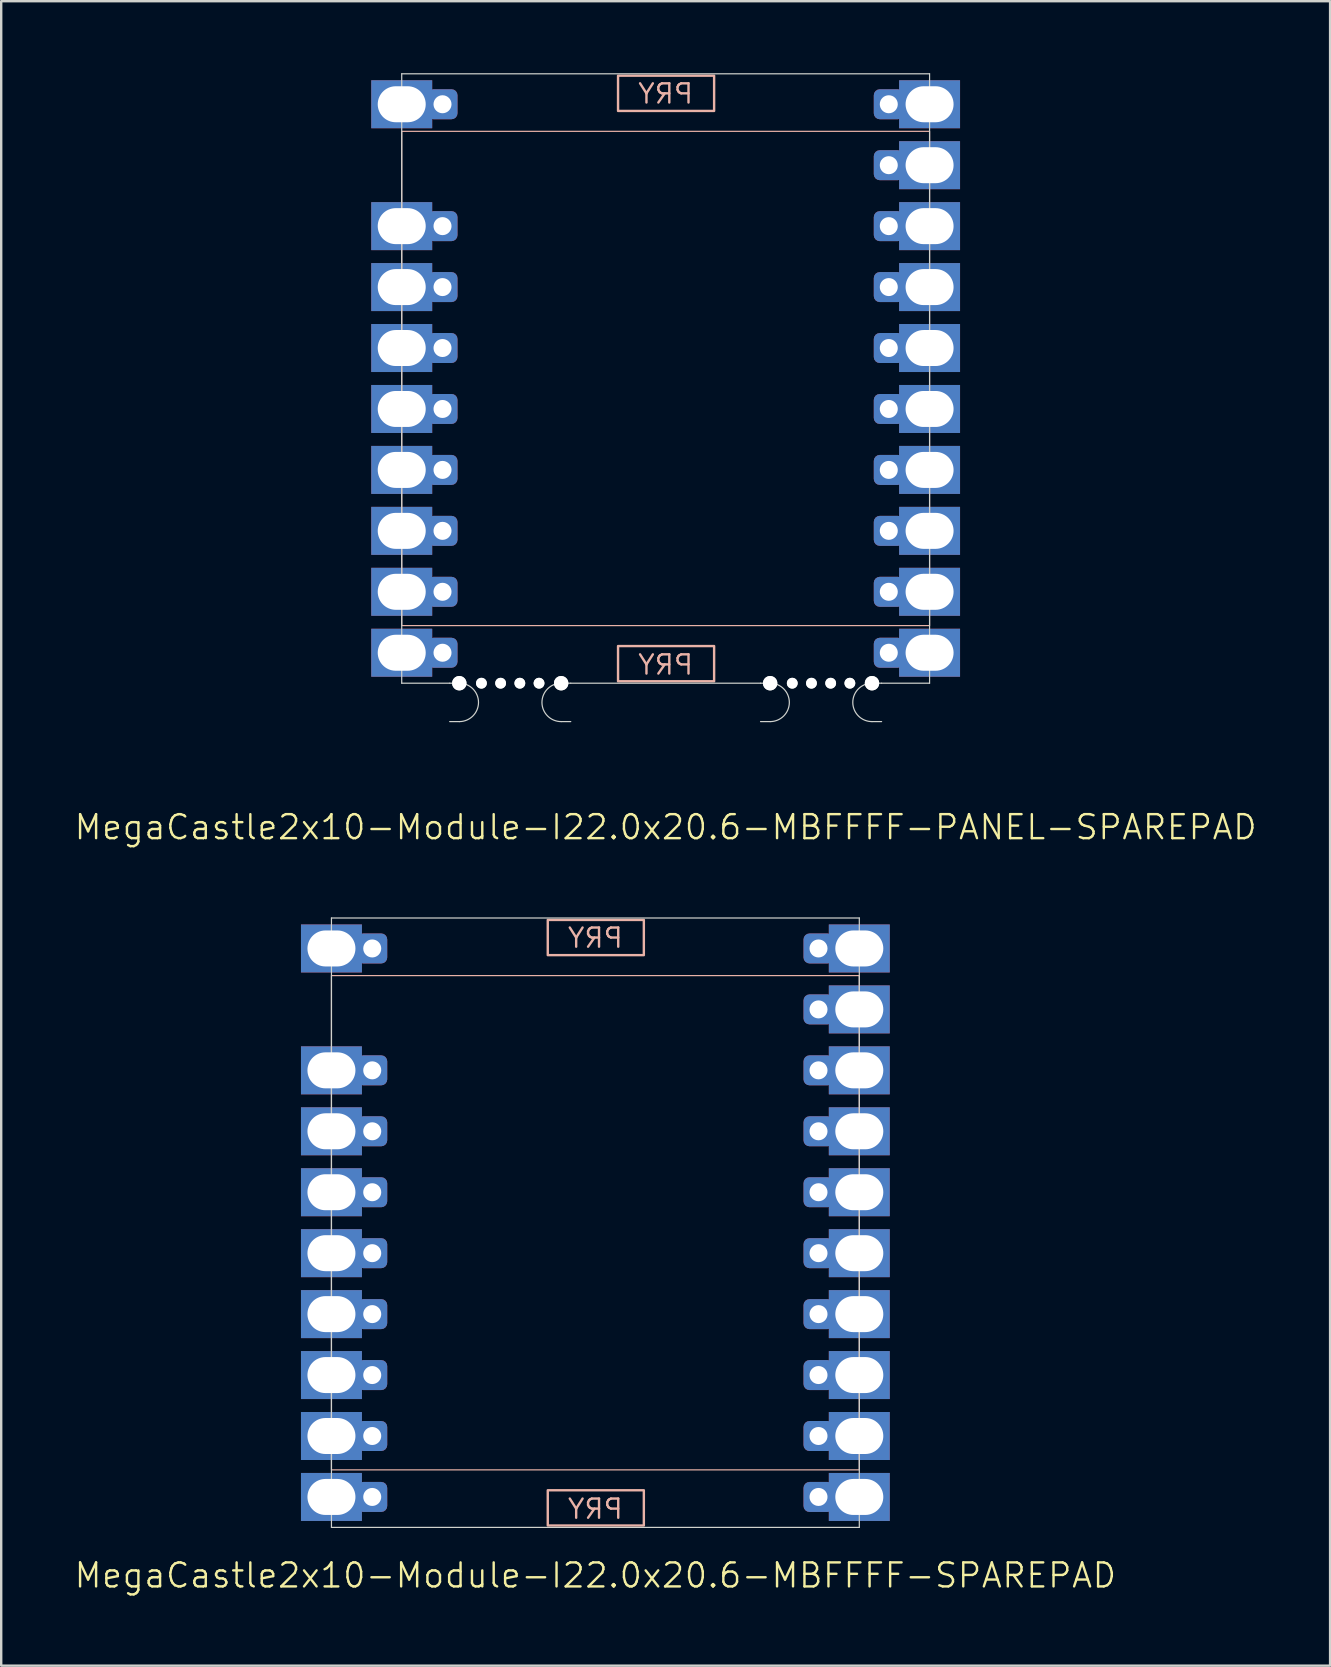
<source format=kicad_pcb>
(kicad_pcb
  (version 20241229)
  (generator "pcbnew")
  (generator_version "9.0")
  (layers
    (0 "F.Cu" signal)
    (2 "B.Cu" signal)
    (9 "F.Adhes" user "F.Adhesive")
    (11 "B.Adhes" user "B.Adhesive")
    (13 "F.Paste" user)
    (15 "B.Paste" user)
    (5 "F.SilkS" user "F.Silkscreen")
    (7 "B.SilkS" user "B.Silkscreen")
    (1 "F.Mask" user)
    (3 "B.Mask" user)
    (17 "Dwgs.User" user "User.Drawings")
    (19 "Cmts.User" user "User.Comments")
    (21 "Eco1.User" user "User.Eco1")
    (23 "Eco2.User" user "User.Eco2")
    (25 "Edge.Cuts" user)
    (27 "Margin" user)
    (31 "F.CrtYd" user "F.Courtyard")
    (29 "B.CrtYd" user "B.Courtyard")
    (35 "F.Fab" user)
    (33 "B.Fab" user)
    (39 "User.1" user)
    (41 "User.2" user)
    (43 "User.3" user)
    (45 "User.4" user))
  (footprint "MegaCastle2x10-Module-I22.0x20.6-MBFFFF-PANEL-SPAREPAD"
    (layer "F.Cu")
    (at 24.693 12.725)
    (property "Reference" "MegaCastle2x10-Module-I22.0x20.6-MBFFFF-PANEL-SPAREPAD" (at 0 18.7 0) (unlocked yes) (layer "F.SilkS") (effects (font (size 1 1) (thickness 0.1))))
    (attr smd)
    (fp_rect (start -11 10.3) (end 11 -10.3) (stroke (width 0.05) (type default)) (fill no) (layer "B.SilkS"))
    (fp_rect (start -1.984 -11.151) (end 2.02 -12.62) (stroke (width 0.1) (type default)) (fill no) (layer "B.SilkS"))
    (fp_rect (start -1.984 11.151) (end 2.02 12.62) (stroke (width 0.1) (type default)) (fill no) (layer "B.SilkS"))
    (fp_line (start -11 -12.7) (end -11 12.7) (stroke (width 0.05) (type default)) (layer "Edge.Cuts"))
    (fp_line (start -11 -12.7) (end 11 -12.7) (stroke (width 0.05) (type default)) (layer "Edge.Cuts"))
    (fp_line (start -11 12.7) (end -9 12.7) (stroke (width 0.05) (type default)) (layer "Edge.Cuts"))
    (fp_line (start -9 12.7) (end -8.6 12.7) (stroke (width 0.05) (type default)) (layer "Edge.Cuts"))
    (fp_line (start -9 14.3) (end -8.6 14.3) (stroke (width 0.05) (type default)) (layer "Edge.Cuts"))
    (fp_line (start -3.955 12.7) (end -4.355 12.7) (stroke (width 0.05) (type default)) (layer "Edge.Cuts"))
    (fp_line (start -3.955 12.7) (end 3.955 12.7) (stroke (width 0.05) (type default)) (layer "Edge.Cuts"))
    (fp_line (start -3.955 14.3) (end -4.355 14.3) (stroke (width 0.05) (type default)) (layer "Edge.Cuts"))
    (fp_line (start 3.955 12.7) (end 4.355 12.7) (stroke (width 0.05) (type default)) (layer "Edge.Cuts"))
    (fp_line (start 3.955 14.3) (end 4.355 14.3) (stroke (width 0.05) (type default)) (layer "Edge.Cuts"))
    (fp_line (start 9 12.7) (end 8.6 12.7) (stroke (width 0.05) (type default)) (layer "Edge.Cuts"))
    (fp_line (start 9 12.7) (end 11 12.7) (stroke (width 0.05) (type default)) (layer "Edge.Cuts"))
    (fp_line (start 9 14.3) (end 8.6 14.3) (stroke (width 0.05) (type default)) (layer "Edge.Cuts"))
    (fp_line (start 11 -12.7) (end 11 12.7) (stroke (width 0.05) (type default)) (layer "Edge.Cuts"))
    (fp_arc (start -8.6 12.7) (mid -7.8 13.5) (end -8.6 14.3) (stroke (width 0.05) (type default)) (layer "Edge.Cuts"))
    (fp_arc (start -4.355 14.3) (mid -5.155 13.5) (end -4.355 12.7) (stroke (width 0.05) (type default)) (layer "Edge.Cuts"))
    (fp_arc (start 4.355 12.7) (mid 5.155 13.5) (end 4.355 14.3) (stroke (width 0.05) (type default)) (layer "Edge.Cuts"))
    (fp_arc (start 8.6 14.3) (mid 7.8 13.5) (end 8.6 12.7) (stroke (width 0.05) (type default)) (layer "Edge.Cuts"))
    (fp_text user "PRY" (at 0 12.4 0) (unlocked yes) (layer "B.SilkS") (effects (font (size 0.8 0.8) (thickness 0.1)) (justify bottom mirror)))
    (fp_text user "PRY" (at 0 -11.4 0) (unlocked yes) (layer "B.SilkS") (effects (font (size 0.8 0.8) (thickness 0.1)) (justify bottom mirror)))
    (pad "" np_thru_hole circle (at -8.6 12.7) (size 0.6 0.6) (drill 0.6) (layers "*.Cu" "Edge.Cuts"))
    (pad "" np_thru_hole circle (at -7.678 12.7) (size 0.45 0.45) (drill 0.45) (layers "*.Cu" "Edge.Cuts"))
    (pad "" np_thru_hole circle (at -6.878 12.7) (size 0.45 0.45) (drill 0.45) (layers "*.Cu" "Edge.Cuts"))
    (pad "" np_thru_hole circle (at -6.077 12.7) (size 0.45 0.45) (drill 0.45) (layers "*.Cu" "Edge.Cuts"))
    (pad "" np_thru_hole circle (at -5.277 12.7) (size 0.45 0.45) (drill 0.45) (layers "*.Cu" "Edge.Cuts"))
    (pad "" np_thru_hole circle (at -4.355 12.7) (size 0.6 0.6) (drill 0.6) (layers "*.Cu" "Edge.Cuts"))
    (pad "" np_thru_hole circle (at 4.355 12.7) (size 0.6 0.6) (drill 0.6) (layers "*.Cu" "Edge.Cuts"))
    (pad "" np_thru_hole circle (at 5.277 12.7) (size 0.45 0.45) (drill 0.45) (layers "*.Cu" "Edge.Cuts"))
    (pad "" np_thru_hole circle (at 6.077 12.7) (size 0.45 0.45) (drill 0.45) (layers "*.Cu" "Edge.Cuts"))
    (pad "" np_thru_hole circle (at 6.878 12.7) (size 0.45 0.45) (drill 0.45) (layers "*.Cu" "Edge.Cuts"))
    (pad "" np_thru_hole circle (at 7.678 12.7) (size 0.45 0.45) (drill 0.45) (layers "*.Cu" "Edge.Cuts"))
    (pad "" np_thru_hole circle (at 8.6 12.7) (size 0.6 0.6) (drill 0.6) (layers "*.Cu" "Edge.Cuts"))
    (pad "1" thru_hole rect (at -11 -11.43) (size 2.54 2) (drill oval 2 1.5) (property pad_prop_castellated) (layers "*.Cu" "*.Mask"))
    (pad "1" thru_hole roundrect (at -9.3 -11.43 180) (size 1.25 1.25) (drill 0.75) (layers "*.Cu" "*.Mask") (roundrect_rratio 0.2))
    (pad "3" thru_hole rect (at -11 -6.35) (size 2.54 2) (drill oval 2 1.5) (property pad_prop_castellated) (layers "*.Cu" "*.Mask"))
    (pad "3" thru_hole roundrect (at -9.3 -6.35 180) (size 1.25 1.25) (drill 0.75) (layers "*.Cu" "*.Mask") (roundrect_rratio 0.2))
    (pad "4" thru_hole rect (at -11 -3.81) (size 2.54 2) (drill oval 2 1.5) (property pad_prop_castellated) (layers "*.Cu" "*.Mask"))
    (pad "4" thru_hole roundrect (at -9.3 -3.81 180) (size 1.25 1.25) (drill 0.75) (layers "*.Cu" "*.Mask") (roundrect_rratio 0.2))
    (pad "5" thru_hole rect (at -11 -1.27) (size 2.54 2) (drill oval 2 1.5) (property pad_prop_castellated) (layers "*.Cu" "*.Mask"))
    (pad "5" thru_hole roundrect (at -9.3 -1.27 180) (size 1.25 1.25) (drill 0.75) (layers "*.Cu" "*.Mask") (roundrect_rratio 0.2))
    (pad "6" thru_hole rect (at -11 1.27) (size 2.54 2) (drill oval 2 1.5) (property pad_prop_castellated) (layers "*.Cu" "*.Mask"))
    (pad "6" thru_hole roundrect (at -9.3 1.27 180) (size 1.25 1.25) (drill 0.75) (layers "*.Cu" "*.Mask") (roundrect_rratio 0.2))
    (pad "7" thru_hole rect (at -11 3.81) (size 2.54 2) (drill oval 2 1.5) (property pad_prop_castellated) (layers "*.Cu" "*.Mask"))
    (pad "7" thru_hole roundrect (at -9.3 3.81 180) (size 1.25 1.25) (drill 0.75) (layers "*.Cu" "*.Mask") (roundrect_rratio 0.2))
    (pad "8" thru_hole rect (at -11 6.35) (size 2.54 2) (drill oval 2 1.5) (property pad_prop_castellated) (layers "*.Cu" "*.Mask"))
    (pad "8" thru_hole roundrect (at -9.3 6.35 180) (size 1.25 1.25) (drill 0.75) (layers "*.Cu" "*.Mask") (roundrect_rratio 0.2))
    (pad "9" thru_hole rect (at -11 8.89) (size 2.54 2) (drill oval 2 1.5) (property pad_prop_castellated) (layers "*.Cu" "*.Mask"))
    (pad "9" thru_hole roundrect (at -9.3 8.89 180) (size 1.25 1.25) (drill 0.75) (layers "*.Cu" "*.Mask") (roundrect_rratio 0.2))
    (pad "10" thru_hole rect (at -11 11.43) (size 2.54 2) (drill oval 2 1.5) (property pad_prop_castellated) (layers "*.Cu" "*.Mask"))
    (pad "10" thru_hole roundrect (at -9.3 11.43 180) (size 1.25 1.25) (drill 0.75) (layers "*.Cu" "*.Mask") (roundrect_rratio 0.2))
    (pad "11" thru_hole roundrect (at 9.3 -11.43 180) (size 1.25 1.25) (drill 0.75) (layers "*.Cu" "*.Mask") (roundrect_rratio 0.2))
    (pad "11" thru_hole rect (at 11 -11.43) (size 2.54 2) (drill oval 2 1.5) (property pad_prop_castellated) (layers "*.Cu" "*.Mask"))
    (pad "12" thru_hole roundrect (at 9.3 -8.89 180) (size 1.25 1.25) (drill 0.75) (layers "*.Cu" "*.Mask") (roundrect_rratio 0.2))
    (pad "12" thru_hole rect (at 11 -8.89) (size 2.54 2) (drill oval 2 1.5) (property pad_prop_castellated) (layers "*.Cu" "*.Mask"))
    (pad "13" thru_hole roundrect (at 9.3 -6.35 180) (size 1.25 1.25) (drill 0.75) (layers "*.Cu" "*.Mask") (roundrect_rratio 0.2))
    (pad "13" thru_hole rect (at 11 -6.35) (size 2.54 2) (drill oval 2 1.5) (property pad_prop_castellated) (layers "*.Cu" "*.Mask"))
    (pad "14" thru_hole roundrect (at 9.3 -3.81 180) (size 1.25 1.25) (drill 0.75) (layers "*.Cu" "*.Mask") (roundrect_rratio 0.2))
    (pad "14" thru_hole rect (at 11 -3.81) (size 2.54 2) (drill oval 2 1.5) (property pad_prop_castellated) (layers "*.Cu" "*.Mask"))
    (pad "15" thru_hole roundrect (at 9.3 -1.27 180) (size 1.25 1.25) (drill 0.75) (layers "*.Cu" "*.Mask") (roundrect_rratio 0.2))
    (pad "15" thru_hole rect (at 11 -1.27) (size 2.54 2) (drill oval 2 1.5) (property pad_prop_castellated) (layers "*.Cu" "*.Mask"))
    (pad "16" thru_hole roundrect (at 9.3 1.27 180) (size 1.25 1.25) (drill 0.75) (layers "*.Cu" "*.Mask") (roundrect_rratio 0.2))
    (pad "16" thru_hole rect (at 11 1.27) (size 2.54 2) (drill oval 2 1.5) (property pad_prop_castellated) (layers "*.Cu" "*.Mask"))
    (pad "17" thru_hole roundrect (at 9.3 3.81 180) (size 1.25 1.25) (drill 0.75) (layers "*.Cu" "*.Mask") (roundrect_rratio 0.2))
    (pad "17" thru_hole rect (at 11 3.81) (size 2.54 2) (drill oval 2 1.5) (property pad_prop_castellated) (layers "*.Cu" "*.Mask"))
    (pad "18" thru_hole roundrect (at 9.3 6.35 180) (size 1.25 1.25) (drill 0.75) (layers "*.Cu" "*.Mask") (roundrect_rratio 0.2))
    (pad "18" thru_hole rect (at 11 6.35) (size 2.54 2) (drill oval 2 1.5) (property pad_prop_castellated) (layers "*.Cu" "*.Mask"))
    (pad "19" thru_hole roundrect (at 9.3 8.89 180) (size 1.25 1.25) (drill 0.75) (layers "*.Cu" "*.Mask") (roundrect_rratio 0.2))
    (pad "19" thru_hole rect (at 11 8.89) (size 2.54 2) (drill oval 2 1.5) (property pad_prop_castellated) (layers "*.Cu" "*.Mask"))
    (pad "20" thru_hole roundrect (at 9.3 11.43 180) (size 1.25 1.25) (drill 0.75) (layers "*.Cu" "*.Mask") (roundrect_rratio 0.2))
    (pad "20" thru_hole rect (at 11 11.43) (size 2.54 2) (drill oval 2 1.5) (property pad_prop_castellated) (layers "*.Cu" "*.Mask"))
    (zone (net_name "") (layer "B.Cu") (hatch edge 0.5) (connect_pads) (min_thickness 0.25) (filled_areas_thickness no) (keepout (tracks allowed) (vias allowed) (pads allowed) (copperpour allowed) (footprints not_allowed)) (placement (enabled no)) (fill) (polygon (pts (xy 13.693 25.425) (xy 13.693 0.025))))
    (zone (net_name "") (layer "B.Cu") (hatch edge 0.5) (connect_pads) (min_thickness 0.25) (filled_areas_thickness no) (keepout (tracks allowed) (vias allowed) (pads allowed) (copperpour allowed) (footprints not_allowed)) (placement (enabled no)) (fill) (polygon (pts (xy 35.693 25.425) (xy 35.693 0.025))))
    (zone (net_name "") (layer "B.Cu") (hatch edge 0.5) (connect_pads) (min_thickness 0.25) (filled_areas_thickness no) (keepout (tracks allowed) (vias allowed) (pads allowed) (copperpour allowed) (footprints not_allowed)) (placement (enabled no)) (fill) (polygon (pts (xy 13.693 0.025) (xy 13.693 2.425) (xy 35.693 2.425) (xy 35.693 0.025))))
    (zone (net_name "") (layer "B.Cu") (hatch edge 0.5) (connect_pads) (min_thickness 0.25) (filled_areas_thickness no) (keepout (tracks allowed) (vias allowed) (pads allowed) (copperpour allowed) (footprints not_allowed)) (placement (enabled no)) (fill) (polygon (pts (xy 13.693 25.425) (xy 13.693 23.025) (xy 35.693 23.025) (xy 35.693 25.425))))
    (zone (net_name "") (layer "B.Cu") (name "Upper Pry Zone") (hatch edge 0.5) (connect_pads) (min_thickness 0.25) (filled_areas_thickness no) (keepout (tracks not_allowed) (vias not_allowed) (pads not_allowed) (copperpour allowed) (footprints not_allowed)) (placement (enabled no)) (fill) (polygon (pts (xy 22.709 1.574) (xy 22.709 0.105) (xy 26.712 0.105) (xy 26.712 1.574))))
    (zone (net_name "") (layer "B.Cu") (name "Upper Pry Zone") (hatch edge 0.5) (connect_pads) (min_thickness 0.25) (filled_areas_thickness no) (keepout (tracks not_allowed) (vias not_allowed) (pads not_allowed) (copperpour allowed) (footprints not_allowed)) (placement (enabled no)) (fill) (polygon (pts (xy 22.709 23.876) (xy 22.709 25.345) (xy 26.712 25.345) (xy 26.712 23.876)))))
  (footprint "MegaCastle2x10-Module-I22.0x20.6-MBFFFF-SPAREPAD"
    (layer "F.Cu")
    (at 21.764 47.91)
    (property "Reference" "MegaCastle2x10-Module-I22.0x20.6-MBFFFF-SPAREPAD" (at 0 14.7 0) (unlocked yes) (layer "F.SilkS") (effects (font (size 1 1) (thickness 0.1))))
    (attr smd)
    (fp_rect (start -11 10.3) (end 11 -10.3) (stroke (width 0.05) (type default)) (fill no) (layer "B.SilkS"))
    (fp_rect (start -1.984 -11.151) (end 2.02 -12.62) (stroke (width 0.1) (type default)) (fill no) (layer "B.SilkS"))
    (fp_rect (start -1.984 11.151) (end 2.02 12.62) (stroke (width 0.1) (type default)) (fill no) (layer "B.SilkS"))
    (fp_line (start -11 -12.7) (end -11 12.7) (stroke (width 0.05) (type default)) (layer "Edge.Cuts"))
    (fp_line (start -11 -12.7) (end 11 -12.7) (stroke (width 0.05) (type default)) (layer "Edge.Cuts"))
    (fp_line (start -11 12.7) (end 11 12.7) (stroke (width 0.05) (type default)) (layer "Edge.Cuts"))
    (fp_line (start 11 -12.7) (end 11 12.7) (stroke (width 0.05) (type default)) (layer "Edge.Cuts"))
    (fp_text user "PRY" (at 0 12.4 0) (unlocked yes) (layer "B.SilkS") (effects (font (size 0.8 0.8) (thickness 0.1)) (justify bottom mirror)))
    (fp_text user "PRY" (at 0 -11.4 0) (unlocked yes) (layer "B.SilkS") (effects (font (size 0.8 0.8) (thickness 0.1)) (justify bottom mirror)))
    (pad "1" thru_hole rect (at -11 -11.43) (size 2.54 2) (drill oval 2 1.5) (property pad_prop_castellated) (layers "*.Cu" "*.Mask"))
    (pad "1" thru_hole roundrect (at -9.3 -11.43 180) (size 1.25 1.25) (drill 0.75) (layers "*.Cu" "*.Mask") (roundrect_rratio 0.2))
    (pad "3" thru_hole rect (at -11 -6.35) (size 2.54 2) (drill oval 2 1.5) (property pad_prop_castellated) (layers "*.Cu" "*.Mask"))
    (pad "3" thru_hole roundrect (at -9.3 -6.35 180) (size 1.25 1.25) (drill 0.75) (layers "*.Cu" "*.Mask") (roundrect_rratio 0.2))
    (pad "4" thru_hole rect (at -11 -3.81) (size 2.54 2) (drill oval 2 1.5) (property pad_prop_castellated) (layers "*.Cu" "*.Mask"))
    (pad "4" thru_hole roundrect (at -9.3 -3.81 180) (size 1.25 1.25) (drill 0.75) (layers "*.Cu" "*.Mask") (roundrect_rratio 0.2))
    (pad "5" thru_hole rect (at -11 -1.27) (size 2.54 2) (drill oval 2 1.5) (property pad_prop_castellated) (layers "*.Cu" "*.Mask"))
    (pad "5" thru_hole roundrect (at -9.3 -1.27 180) (size 1.25 1.25) (drill 0.75) (layers "*.Cu" "*.Mask") (roundrect_rratio 0.2))
    (pad "6" thru_hole rect (at -11 1.27) (size 2.54 2) (drill oval 2 1.5) (property pad_prop_castellated) (layers "*.Cu" "*.Mask"))
    (pad "6" thru_hole roundrect (at -9.3 1.27 180) (size 1.25 1.25) (drill 0.75) (layers "*.Cu" "*.Mask") (roundrect_rratio 0.2))
    (pad "7" thru_hole rect (at -11 3.81) (size 2.54 2) (drill oval 2 1.5) (property pad_prop_castellated) (layers "*.Cu" "*.Mask"))
    (pad "7" thru_hole roundrect (at -9.3 3.81 180) (size 1.25 1.25) (drill 0.75) (layers "*.Cu" "*.Mask") (roundrect_rratio 0.2))
    (pad "8" thru_hole rect (at -11 6.35) (size 2.54 2) (drill oval 2 1.5) (property pad_prop_castellated) (layers "*.Cu" "*.Mask"))
    (pad "8" thru_hole roundrect (at -9.3 6.35 180) (size 1.25 1.25) (drill 0.75) (layers "*.Cu" "*.Mask") (roundrect_rratio 0.2))
    (pad "9" thru_hole rect (at -11 8.89) (size 2.54 2) (drill oval 2 1.5) (property pad_prop_castellated) (layers "*.Cu" "*.Mask"))
    (pad "9" thru_hole roundrect (at -9.3 8.89 180) (size 1.25 1.25) (drill 0.75) (layers "*.Cu" "*.Mask") (roundrect_rratio 0.2))
    (pad "10" thru_hole rect (at -11 11.43) (size 2.54 2) (drill oval 2 1.5) (property pad_prop_castellated) (layers "*.Cu" "*.Mask"))
    (pad "10" thru_hole roundrect (at -9.3 11.43 180) (size 1.25 1.25) (drill 0.75) (layers "*.Cu" "*.Mask") (roundrect_rratio 0.2))
    (pad "11" thru_hole roundrect (at 9.3 -11.43 180) (size 1.25 1.25) (drill 0.75) (layers "*.Cu" "*.Mask") (roundrect_rratio 0.2))
    (pad "11" thru_hole rect (at 11 -11.43) (size 2.54 2) (drill oval 2 1.5) (property pad_prop_castellated) (layers "*.Cu" "*.Mask"))
    (pad "12" thru_hole roundrect (at 9.3 -8.89 180) (size 1.25 1.25) (drill 0.75) (layers "*.Cu" "*.Mask") (roundrect_rratio 0.2))
    (pad "12" thru_hole rect (at 11 -8.89) (size 2.54 2) (drill oval 2 1.5) (property pad_prop_castellated) (layers "*.Cu" "*.Mask"))
    (pad "13" thru_hole roundrect (at 9.3 -6.35 180) (size 1.25 1.25) (drill 0.75) (layers "*.Cu" "*.Mask") (roundrect_rratio 0.2))
    (pad "13" thru_hole rect (at 11 -6.35) (size 2.54 2) (drill oval 2 1.5) (property pad_prop_castellated) (layers "*.Cu" "*.Mask"))
    (pad "14" thru_hole roundrect (at 9.3 -3.81 180) (size 1.25 1.25) (drill 0.75) (layers "*.Cu" "*.Mask") (roundrect_rratio 0.2))
    (pad "14" thru_hole rect (at 11 -3.81) (size 2.54 2) (drill oval 2 1.5) (property pad_prop_castellated) (layers "*.Cu" "*.Mask"))
    (pad "15" thru_hole roundrect (at 9.3 -1.27 180) (size 1.25 1.25) (drill 0.75) (layers "*.Cu" "*.Mask") (roundrect_rratio 0.2))
    (pad "15" thru_hole rect (at 11 -1.27) (size 2.54 2) (drill oval 2 1.5) (property pad_prop_castellated) (layers "*.Cu" "*.Mask"))
    (pad "16" thru_hole roundrect (at 9.3 1.27 180) (size 1.25 1.25) (drill 0.75) (layers "*.Cu" "*.Mask") (roundrect_rratio 0.2))
    (pad "16" thru_hole rect (at 11 1.27) (size 2.54 2) (drill oval 2 1.5) (property pad_prop_castellated) (layers "*.Cu" "*.Mask"))
    (pad "17" thru_hole roundrect (at 9.3 3.81 180) (size 1.25 1.25) (drill 0.75) (layers "*.Cu" "*.Mask") (roundrect_rratio 0.2))
    (pad "17" thru_hole rect (at 11 3.81) (size 2.54 2) (drill oval 2 1.5) (property pad_prop_castellated) (layers "*.Cu" "*.Mask"))
    (pad "18" thru_hole roundrect (at 9.3 6.35 180) (size 1.25 1.25) (drill 0.75) (layers "*.Cu" "*.Mask") (roundrect_rratio 0.2))
    (pad "18" thru_hole rect (at 11 6.35) (size 2.54 2) (drill oval 2 1.5) (property pad_prop_castellated) (layers "*.Cu" "*.Mask"))
    (pad "19" thru_hole roundrect (at 9.3 8.89 180) (size 1.25 1.25) (drill 0.75) (layers "*.Cu" "*.Mask") (roundrect_rratio 0.2))
    (pad "19" thru_hole rect (at 11 8.89) (size 2.54 2) (drill oval 2 1.5) (property pad_prop_castellated) (layers "*.Cu" "*.Mask"))
    (pad "20" thru_hole roundrect (at 9.3 11.43 180) (size 1.25 1.25) (drill 0.75) (layers "*.Cu" "*.Mask") (roundrect_rratio 0.2))
    (pad "20" thru_hole rect (at 11 11.43) (size 2.54 2) (drill oval 2 1.5) (property pad_prop_castellated) (layers "*.Cu" "*.Mask"))
    (zone (net_name "") (layer "B.Cu") (hatch edge 0.5) (connect_pads) (min_thickness 0.25) (filled_areas_thickness no) (keepout (tracks allowed) (vias allowed) (pads allowed) (copperpour allowed) (footprints not_allowed)) (placement (enabled no)) (fill) (polygon (pts (xy 10.764 60.611) (xy 10.764 35.211))))
    (zone (net_name "") (layer "B.Cu") (hatch edge 0.5) (connect_pads) (min_thickness 0.25) (filled_areas_thickness no) (keepout (tracks allowed) (vias allowed) (pads allowed) (copperpour allowed) (footprints not_allowed)) (placement (enabled no)) (fill) (polygon (pts (xy 32.764 60.611) (xy 32.764 35.211))))
    (zone (net_name "") (layer "B.Cu") (hatch edge 0.5) (connect_pads) (min_thickness 0.25) (filled_areas_thickness no) (keepout (tracks allowed) (vias allowed) (pads allowed) (copperpour allowed) (footprints not_allowed)) (placement (enabled no)) (fill) (polygon (pts (xy 10.764 35.211) (xy 10.764 37.611) (xy 32.764 37.611) (xy 32.764 35.211))))
    (zone (net_name "") (layer "B.Cu") (hatch edge 0.5) (connect_pads) (min_thickness 0.25) (filled_areas_thickness no) (keepout (tracks allowed) (vias allowed) (pads allowed) (copperpour allowed) (footprints not_allowed)) (placement (enabled no)) (fill) (polygon (pts (xy 10.764 60.611) (xy 10.764 58.211) (xy 32.764 58.211) (xy 32.764 60.611))))
    (zone (net_name "") (layer "B.Cu") (name "Upper Pry Zone") (hatch edge 0.5) (connect_pads) (min_thickness 0.25) (filled_areas_thickness no) (keepout (tracks not_allowed) (vias not_allowed) (pads not_allowed) (copperpour allowed) (footprints not_allowed)) (placement (enabled no)) (fill) (polygon (pts (xy 19.78 36.759) (xy 19.78 35.291) (xy 23.784 35.291) (xy 23.784 36.759))))
    (zone (net_name "") (layer "B.Cu") (name "Upper Pry Zone") (hatch edge 0.5) (connect_pads) (min_thickness 0.25) (filled_areas_thickness no) (keepout (tracks not_allowed) (vias not_allowed) (pads not_allowed) (copperpour allowed) (footprints not_allowed)) (placement (enabled no)) (fill) (polygon (pts (xy 19.78 59.062) (xy 19.78 60.531) (xy 23.784 60.531) (xy 23.784 59.062)))))
  (gr_rect
    (start -3 -3)
    (end 52.386 66.371)
    (stroke (width 0.1) (type default))
    (fill no)
    (layer "Edge.Cuts")))
</source>
